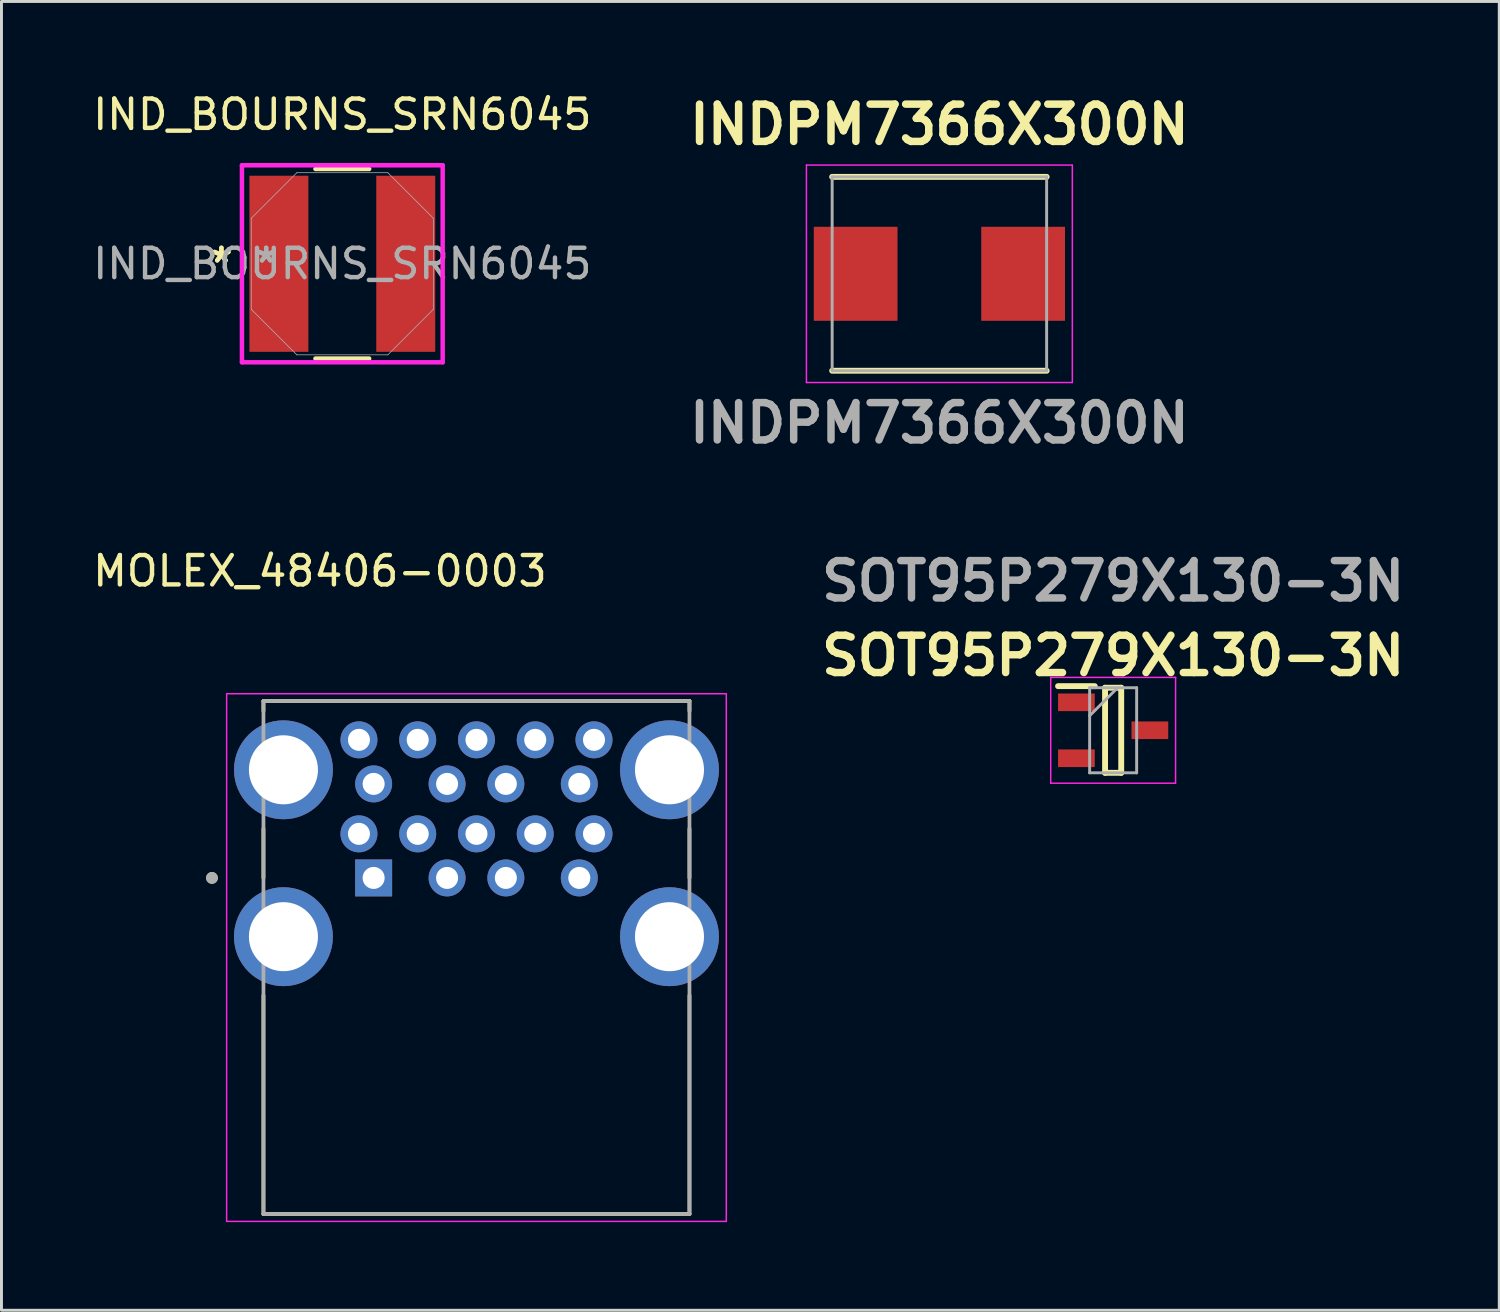
<source format=kicad_pcb>
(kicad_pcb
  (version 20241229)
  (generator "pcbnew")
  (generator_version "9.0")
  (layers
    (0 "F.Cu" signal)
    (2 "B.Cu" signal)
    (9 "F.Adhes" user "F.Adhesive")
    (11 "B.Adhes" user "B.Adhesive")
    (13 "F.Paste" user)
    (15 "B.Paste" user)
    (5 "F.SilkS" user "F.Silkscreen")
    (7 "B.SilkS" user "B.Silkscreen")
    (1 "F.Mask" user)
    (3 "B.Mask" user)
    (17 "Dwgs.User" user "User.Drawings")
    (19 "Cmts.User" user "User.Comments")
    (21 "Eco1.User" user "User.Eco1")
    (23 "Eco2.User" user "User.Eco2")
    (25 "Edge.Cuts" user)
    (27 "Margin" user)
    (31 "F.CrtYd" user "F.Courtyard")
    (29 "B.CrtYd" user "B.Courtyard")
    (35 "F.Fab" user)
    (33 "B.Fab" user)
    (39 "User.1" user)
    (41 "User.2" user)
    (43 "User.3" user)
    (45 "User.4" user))
  (footprint "IND_BOURNS_SRN6045"
    (layer "F.Cu")
    (at 8.601 5.928)
    (property "Reference" "IND_BOURNS_SRN6045" (at 0 -5.08 0) (unlocked yes) (layer "F.SilkS") (effects (font (size 1 1) (thickness 0.15))))
    (attr smd)
    (fp_line (start -0.914 3.226) (end 0.914 3.226) (stroke (width 0.152) (type solid)) (layer "F.SilkS"))
    (fp_line (start 0.914 -3.226) (end -0.914 -3.226) (stroke (width 0.152) (type solid)) (layer "F.SilkS"))
    (fp_line (start -3.416 -3.353) (end 3.416 -3.353) (stroke (width 0.152) (type solid)) (layer "F.CrtYd"))
    (fp_line (start -3.416 3.353) (end -3.416 -3.353) (stroke (width 0.152) (type solid)) (layer "F.CrtYd"))
    (fp_line (start 3.416 -3.353) (end 3.416 3.353) (stroke (width 0.152) (type solid)) (layer "F.CrtYd"))
    (fp_line (start 3.416 3.353) (end -3.416 3.353) (stroke (width 0.152) (type solid)) (layer "F.CrtYd"))
    (fp_line (start -3.099 -1.549) (end -3.099 1.549) (stroke (width 0.025) (type solid)) (layer "F.Fab"))
    (fp_line (start -3.099 1.549) (end -1.549 3.099) (stroke (width 0.025) (type solid)) (layer "F.Fab"))
    (fp_line (start -1.549 -3.099) (end -3.099 -1.549) (stroke (width 0.025) (type solid)) (layer "F.Fab"))
    (fp_line (start -1.549 3.099) (end 1.549 3.099) (stroke (width 0.025) (type solid)) (layer "F.Fab"))
    (fp_line (start 1.549 -3.099) (end -1.549 -3.099) (stroke (width 0.025) (type solid)) (layer "F.Fab"))
    (fp_line (start 1.549 3.099) (end 3.099 1.549) (stroke (width 0.025) (type solid)) (layer "F.Fab"))
    (fp_line (start 3.099 -1.549) (end 1.549 -3.099) (stroke (width 0.025) (type solid)) (layer "F.Fab"))
    (fp_line (start 3.099 1.549) (end 3.099 -1.549) (stroke (width 0.025) (type solid)) (layer "F.Fab"))
    (fp_text user "*" (at -4.115 0 0) (unlocked yes) (layer "F.SilkS") (effects (font (size 1 1) (thickness 0.15))))
    (fp_text user "*" (at -4.115 0 0) (layer "F.SilkS") (effects (font (size 1 1) (thickness 0.15))))
    (fp_text user "*" (at -2.591 0 0) (layer "F.Fab") (effects (font (size 1 1) (thickness 0.15))))
    (fp_text user "*" (at -2.591 0 0) (unlocked yes) (layer "F.Fab") (effects (font (size 1 1) (thickness 0.15))))
    (fp_text user "${REFERENCE}" (at 0 0 0) (unlocked yes) (layer "F.Fab") (effects (font (size 1 1) (thickness 0.15))))
    (pad "1" smd rect (at -2.159 0) (size 2.007 5.994) (layers "F.Cu" "F.Mask" "F.Paste"))
    (pad "2" smd rect (at 2.159 0) (size 2.007 5.994) (layers "F.Cu" "F.Mask" "F.Paste")))
  (footprint "MOLEX_48406-0003"
    (layer "F.Cu")
    (at 13.167 28.831)
    (property "Reference" "MOLEX_48406-0003" (at -5.328 -12.445 0) (layer "F.SilkS") (effects (font (size 1 1) (thickness 0.15))))
    (attr through_hole)
    (fp_line (start -7.25 -8.02) (end 7.25 -8.02) (stroke (width 0.127) (type solid)) (layer "F.SilkS"))
    (fp_line (start -7.25 -7.683) (end -7.25 -8.02) (stroke (width 0.127) (type solid)) (layer "F.SilkS"))
    (fp_line (start -7.25 -3.677) (end -7.25 -2.003) (stroke (width 0.127) (type solid)) (layer "F.SilkS"))
    (fp_line (start -7.25 9.44) (end -7.25 2.003) (stroke (width 0.127) (type solid)) (layer "F.SilkS"))
    (fp_line (start 7.25 -8.02) (end 7.25 -7.683) (stroke (width 0.127) (type solid)) (layer "F.SilkS"))
    (fp_line (start 7.25 -3.677) (end 7.25 -2.003) (stroke (width 0.127) (type solid)) (layer "F.SilkS"))
    (fp_line (start 7.25 9.44) (end -7.25 9.44) (stroke (width 0.127) (type solid)) (layer "F.SilkS"))
    (fp_line (start 7.25 9.44) (end 7.25 2.003) (stroke (width 0.127) (type solid)) (layer "F.SilkS"))
    (fp_circle (center -9.003 -2) (end -8.903 -2) (stroke (width 0.2) (type solid)) (fill no) (layer "F.SilkS"))
    (fp_line (start -8.503 -8.27) (end -8.503 9.69) (stroke (width 0.05) (type solid)) (layer "F.CrtYd"))
    (fp_line (start -8.503 9.69) (end 8.503 9.69) (stroke (width 0.05) (type solid)) (layer "F.CrtYd"))
    (fp_line (start 8.503 -8.27) (end -8.503 -8.27) (stroke (width 0.05) (type solid)) (layer "F.CrtYd"))
    (fp_line (start 8.503 9.69) (end 8.503 -8.27) (stroke (width 0.05) (type solid)) (layer "F.CrtYd"))
    (fp_line (start -7.25 -8.02) (end 7.25 -8.02) (stroke (width 0.127) (type solid)) (layer "F.Fab"))
    (fp_line (start -7.25 9.44) (end -7.25 -8.02) (stroke (width 0.127) (type solid)) (layer "F.Fab"))
    (fp_line (start 7.25 -8.02) (end 7.25 9.44) (stroke (width 0.127) (type solid)) (layer "F.Fab"))
    (fp_line (start 7.25 9.44) (end -7.25 9.44) (stroke (width 0.127) (type solid)) (layer "F.Fab"))
    (fp_circle (center -9.003 -2) (end -8.903 -2) (stroke (width 0.2) (type solid)) (fill no) (layer "F.Fab"))
    (pad "1" thru_hole rect (at -3.5 -2) (size 1.258 1.258) (drill 0.75) (layers "*.Cu" "*.Mask"))
    (pad "2" thru_hole circle (at -1 -2) (size 1.258 1.258) (drill 0.75) (layers "*.Cu" "*.Mask"))
    (pad "3" thru_hole circle (at 1 -2) (size 1.258 1.258) (drill 0.75) (layers "*.Cu" "*.Mask"))
    (pad "4" thru_hole circle (at 3.5 -2) (size 1.258 1.258) (drill 0.75) (layers "*.Cu" "*.Mask"))
    (pad "5" thru_hole circle (at 4 -3.5) (size 1.258 1.258) (drill 0.75) (layers "*.Cu" "*.Mask"))
    (pad "6" thru_hole circle (at 2 -3.5) (size 1.258 1.258) (drill 0.75) (layers "*.Cu" "*.Mask"))
    (pad "7" thru_hole circle (at 0 -3.5) (size 1.258 1.258) (drill 0.75) (layers "*.Cu" "*.Mask"))
    (pad "8" thru_hole circle (at -2 -3.5) (size 1.258 1.258) (drill 0.75) (layers "*.Cu" "*.Mask"))
    (pad "9" thru_hole circle (at -4 -3.5) (size 1.258 1.258) (drill 0.75) (layers "*.Cu" "*.Mask"))
    (pad "10" thru_hole circle (at -3.5 -5.2) (size 1.258 1.258) (drill 0.75) (layers "*.Cu" "*.Mask"))
    (pad "11" thru_hole circle (at -1 -5.2) (size 1.258 1.258) (drill 0.75) (layers "*.Cu" "*.Mask"))
    (pad "12" thru_hole circle (at 1 -5.2) (size 1.258 1.258) (drill 0.75) (layers "*.Cu" "*.Mask"))
    (pad "13" thru_hole circle (at 3.5 -5.2) (size 1.258 1.258) (drill 0.75) (layers "*.Cu" "*.Mask"))
    (pad "14" thru_hole circle (at 4 -6.7) (size 1.258 1.258) (drill 0.75) (layers "*.Cu" "*.Mask"))
    (pad "15" thru_hole circle (at 2 -6.7) (size 1.258 1.258) (drill 0.75) (layers "*.Cu" "*.Mask"))
    (pad "16" thru_hole circle (at 0 -6.7) (size 1.258 1.258) (drill 0.75) (layers "*.Cu" "*.Mask"))
    (pad "17" thru_hole circle (at -2 -6.7) (size 1.258 1.258) (drill 0.75) (layers "*.Cu" "*.Mask"))
    (pad "18" thru_hole circle (at -4 -6.7) (size 1.258 1.258) (drill 0.75) (layers "*.Cu" "*.Mask"))
    (pad "S1" thru_hole circle (at -6.57 0) (size 3.366 3.366) (drill 2.35) (layers "*.Cu" "*.Mask"))
    (pad "S2" thru_hole circle (at 6.57 0) (size 3.366 3.366) (drill 2.35) (layers "*.Cu" "*.Mask"))
    (pad "S3" thru_hole circle (at 6.57 -5.68) (size 3.366 3.366) (drill 2.35) (layers "*.Cu" "*.Mask"))
    (pad "S4" thru_hole circle (at -6.57 -5.68) (size 3.366 3.366) (drill 2.35) (layers "*.Cu" "*.Mask")))
  (footprint "INDPM7366X300N"
    (layer "F.Cu")
    (at 28.923 6.269)
    (property "Reference" "INDPM7366X300N" (at 0 -5.08 0) (layer "F.SilkS") (effects (font (size 1.27 1.27) (thickness 0.254))))
    (attr smd)
    (fp_line (start -3.65 3.3) (end 3.65 3.3) (stroke (width 0.2) (type solid)) (layer "F.SilkS"))
    (fp_line (start 3.65 -3.3) (end -3.65 -3.3) (stroke (width 0.2) (type solid)) (layer "F.SilkS"))
    (fp_line (start -4.525 -3.7) (end 4.525 -3.7) (stroke (width 0.05) (type solid)) (layer "F.CrtYd"))
    (fp_line (start -4.525 3.7) (end -4.525 -3.7) (stroke (width 0.05) (type solid)) (layer "F.CrtYd"))
    (fp_line (start 4.525 -3.7) (end 4.525 3.7) (stroke (width 0.05) (type solid)) (layer "F.CrtYd"))
    (fp_line (start 4.525 3.7) (end -4.525 3.7) (stroke (width 0.05) (type solid)) (layer "F.CrtYd"))
    (fp_line (start -3.65 -3.3) (end 3.65 -3.3) (stroke (width 0.1) (type solid)) (layer "F.Fab"))
    (fp_line (start -3.65 3.3) (end -3.65 -3.3) (stroke (width 0.1) (type solid)) (layer "F.Fab"))
    (fp_line (start 3.65 -3.3) (end 3.65 3.3) (stroke (width 0.1) (type solid)) (layer "F.Fab"))
    (fp_line (start 3.65 3.3) (end -3.65 3.3) (stroke (width 0.1) (type solid)) (layer "F.Fab"))
    (fp_text user "${REFERENCE}" (at 0 5.08 0) (layer "F.Fab") (effects (font (size 1.27 1.27) (thickness 0.254))))
    (pad "1" smd rect (at -2.85 0) (size 2.85 3.2) (layers "F.Cu" "F.Mask" "F.Paste"))
    (pad "2" smd rect (at 2.85 0) (size 2.85 3.2) (layers "F.Cu" "F.Mask" "F.Paste")))
  (footprint "SOT95P279X130-3N"
    (layer "F.Cu")
    (at 34.837 21.806)
    (property "Reference" "SOT95P279X130-3N" (at 0 -2.54 0) (layer "F.SilkS") (effects (font (size 1.27 1.27) (thickness 0.254))))
    (attr smd)
    (fp_line (start -1.875 -1.502) (end -0.625 -1.502) (stroke (width 0.2) (type solid)) (layer "F.SilkS"))
    (fp_line (start -0.275 -1.448) (end 0.275 -1.448) (stroke (width 0.2) (type solid)) (layer "F.SilkS"))
    (fp_line (start -0.275 1.448) (end -0.275 -1.448) (stroke (width 0.2) (type solid)) (layer "F.SilkS"))
    (fp_line (start 0.275 -1.448) (end 0.275 1.448) (stroke (width 0.2) (type solid)) (layer "F.SilkS"))
    (fp_line (start 0.275 1.448) (end -0.275 1.448) (stroke (width 0.2) (type solid)) (layer "F.SilkS"))
    (fp_line (start -2.125 -1.8) (end 2.125 -1.8) (stroke (width 0.05) (type solid)) (layer "F.CrtYd"))
    (fp_line (start -2.125 1.8) (end -2.125 -1.8) (stroke (width 0.05) (type solid)) (layer "F.CrtYd"))
    (fp_line (start 2.125 -1.8) (end 2.125 1.8) (stroke (width 0.05) (type solid)) (layer "F.CrtYd"))
    (fp_line (start 2.125 1.8) (end -2.125 1.8) (stroke (width 0.05) (type solid)) (layer "F.CrtYd"))
    (fp_line (start -0.8 -1.448) (end 0.8 -1.448) (stroke (width 0.1) (type solid)) (layer "F.Fab"))
    (fp_line (start -0.8 -0.496) (end 0.152 -1.448) (stroke (width 0.1) (type solid)) (layer "F.Fab"))
    (fp_line (start -0.8 1.448) (end -0.8 -1.448) (stroke (width 0.1) (type solid)) (layer "F.Fab"))
    (fp_line (start 0.8 -1.448) (end 0.8 1.448) (stroke (width 0.1) (type solid)) (layer "F.Fab"))
    (fp_line (start 0.8 1.448) (end -0.8 1.448) (stroke (width 0.1) (type solid)) (layer "F.Fab"))
    (fp_text user "${REFERENCE}" (at 0 -5.08 0) (layer "F.Fab") (effects (font (size 1.27 1.27) (thickness 0.254))))
    (pad "1" smd rect (at -1.25 -0.952 90) (size 0.6 1.25) (layers "F.Cu" "F.Mask" "F.Paste"))
    (pad "2" smd rect (at -1.25 0.952 90) (size 0.6 1.25) (layers "F.Cu" "F.Mask" "F.Paste"))
    (pad "3" smd rect (at 1.25 0 90) (size 0.6 1.25) (layers "F.Cu" "F.Mask" "F.Paste")))
  (gr_rect
    (start -3 -3)
    (end 47.979 41.546)
    (stroke (width 0.1) (type default))
    (fill no)
    (layer "Edge.Cuts")))
</source>
